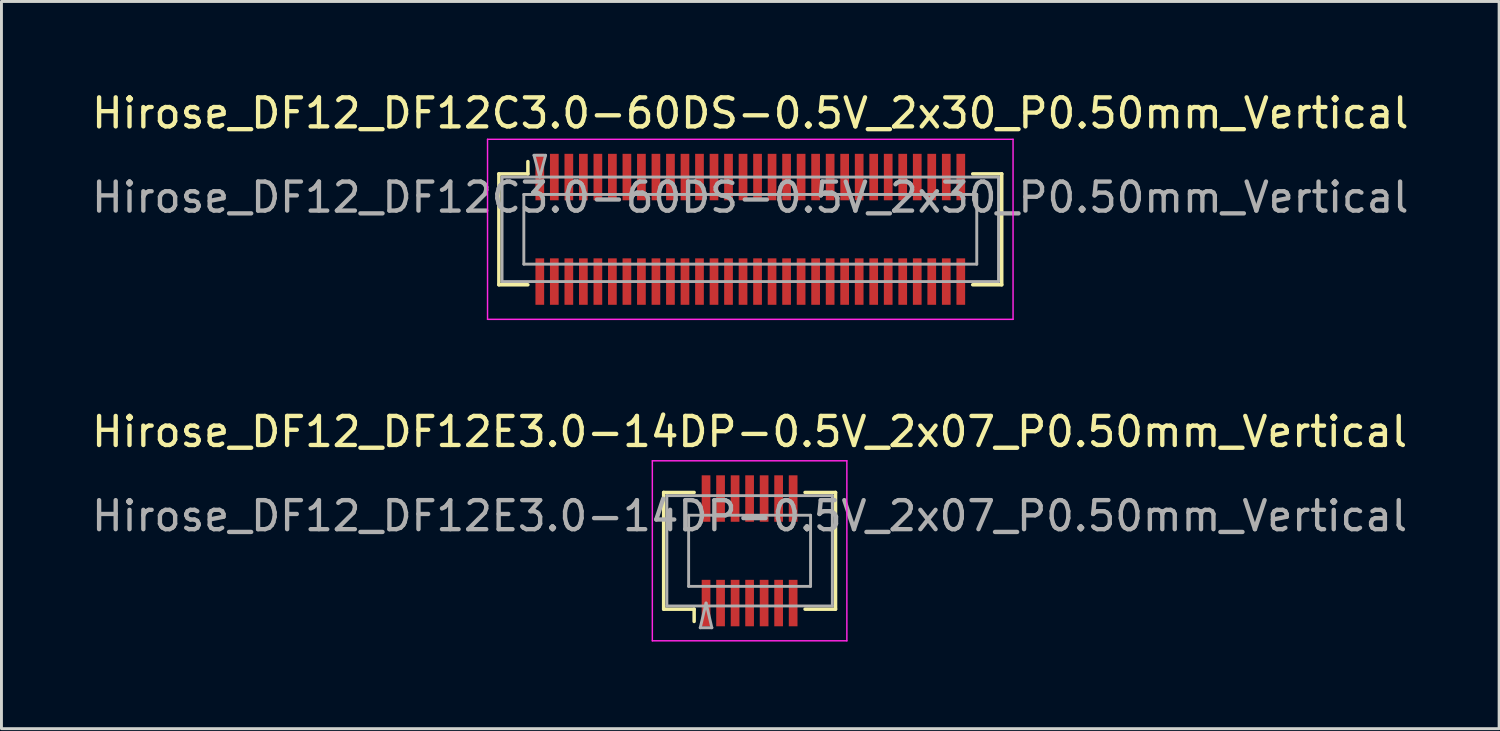
<source format=kicad_pcb>
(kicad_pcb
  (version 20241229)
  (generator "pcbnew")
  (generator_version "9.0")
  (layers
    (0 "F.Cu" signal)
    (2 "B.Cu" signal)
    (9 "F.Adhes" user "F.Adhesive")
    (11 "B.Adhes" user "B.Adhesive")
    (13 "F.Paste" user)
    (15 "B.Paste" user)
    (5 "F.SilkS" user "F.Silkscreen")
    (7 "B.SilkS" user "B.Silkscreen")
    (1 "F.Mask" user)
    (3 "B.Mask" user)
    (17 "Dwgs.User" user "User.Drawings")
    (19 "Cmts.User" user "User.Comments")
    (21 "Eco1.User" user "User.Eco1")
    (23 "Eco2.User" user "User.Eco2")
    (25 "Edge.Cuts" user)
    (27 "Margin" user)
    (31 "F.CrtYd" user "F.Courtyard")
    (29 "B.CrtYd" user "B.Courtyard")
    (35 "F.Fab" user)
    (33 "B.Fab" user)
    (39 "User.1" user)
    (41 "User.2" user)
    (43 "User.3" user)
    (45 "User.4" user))
  (footprint "Hirose_DF12_DF12E3.0-14DP-0.5V_2x07_P0.50mm_Vertical"
    (layer "F.Cu")
    (at 22.768 15.921)
    (property "Reference" "Hirose_DF12_DF12E3.0-14DP-0.5V_2x07_P0.50mm_Vertical" (at 0 -4.1 0) (layer "F.SilkS") (effects (font (size 1 1) (thickness 0.15))))
    (attr smd)
    (fp_line (start -2.96 -2.01) (end -1.91 -2.01) (stroke (width 0.12) (type solid)) (layer "F.SilkS"))
    (fp_line (start -2.96 2.01) (end -2.96 -2.01) (stroke (width 0.12) (type solid)) (layer "F.SilkS"))
    (fp_line (start -1.91 2.01) (end -2.96 2.01) (stroke (width 0.12) (type solid)) (layer "F.SilkS"))
    (fp_line (start -1.91 2.433) (end -1.91 2.01) (stroke (width 0.12) (type solid)) (layer "F.SilkS"))
    (fp_line (start 1.91 2.01) (end 2.96 2.01) (stroke (width 0.12) (type solid)) (layer "F.SilkS"))
    (fp_line (start 2.96 -2.01) (end 1.91 -2.01) (stroke (width 0.12) (type solid)) (layer "F.SilkS"))
    (fp_line (start 2.96 2.01) (end 2.96 -2.01) (stroke (width 0.12) (type solid)) (layer "F.SilkS"))
    (fp_line (start -3.35 -3.1) (end -3.35 3.1) (stroke (width 0.05) (type solid)) (layer "F.CrtYd"))
    (fp_line (start -3.35 3.1) (end 3.35 3.1) (stroke (width 0.05) (type solid)) (layer "F.CrtYd"))
    (fp_line (start 3.35 -3.1) (end -3.35 -3.1) (stroke (width 0.05) (type solid)) (layer "F.CrtYd"))
    (fp_line (start 3.35 3.1) (end 3.35 -3.1) (stroke (width 0.05) (type solid)) (layer "F.CrtYd"))
    (fp_line (start -2.85 -1.9) (end 2.85 -1.9) (stroke (width 0.1) (type solid)) (layer "F.Fab"))
    (fp_line (start -2.85 1.9) (end -2.85 -1.9) (stroke (width 0.1) (type solid)) (layer "F.Fab"))
    (fp_line (start -2.1 -1.225) (end 2.1 -1.225) (stroke (width 0.1) (type solid)) (layer "F.Fab"))
    (fp_line (start -2.1 1.225) (end -2.1 -1.225) (stroke (width 0.1) (type solid)) (layer "F.Fab"))
    (fp_line (start -1.7 2.65) (end -1.5 1.8) (stroke (width 0.1) (type solid)) (layer "F.Fab"))
    (fp_line (start -1.5 1.8) (end -1.3 2.65) (stroke (width 0.1) (type solid)) (layer "F.Fab"))
    (fp_line (start -1.3 2.65) (end -1.7 2.65) (stroke (width 0.1) (type solid)) (layer "F.Fab"))
    (fp_line (start 2.1 -1.225) (end 2.1 1.225) (stroke (width 0.1) (type solid)) (layer "F.Fab"))
    (fp_line (start 2.1 1.225) (end -2.1 1.225) (stroke (width 0.1) (type solid)) (layer "F.Fab"))
    (fp_line (start 2.85 -1.9) (end 2.85 1.9) (stroke (width 0.1) (type solid)) (layer "F.Fab"))
    (fp_line (start 2.85 1.9) (end -2.85 1.9) (stroke (width 0.1) (type solid)) (layer "F.Fab"))
    (fp_text user "${REFERENCE}" (at 0 -1.2 0) (layer "F.Fab") (effects (font (size 1 1) (thickness 0.15))))
    (pad "" smd rect (at -1.5 -2) (size 0.28 1.2) (layers "F.Paste"))
    (pad "" smd rect (at -1.5 2) (size 0.28 1.2) (layers "F.Paste"))
    (pad "" smd rect (at -1 -2) (size 0.28 1.2) (layers "F.Paste"))
    (pad "" smd rect (at -1 2) (size 0.28 1.2) (layers "F.Paste"))
    (pad "" smd rect (at -0.5 -2) (size 0.28 1.2) (layers "F.Paste"))
    (pad "" smd rect (at -0.5 2) (size 0.28 1.2) (layers "F.Paste"))
    (pad "" smd rect (at 0 -2) (size 0.28 1.2) (layers "F.Paste"))
    (pad "" smd rect (at 0 2) (size 0.28 1.2) (layers "F.Paste"))
    (pad "" smd rect (at 0.5 -2) (size 0.28 1.2) (layers "F.Paste"))
    (pad "" smd rect (at 0.5 2) (size 0.28 1.2) (layers "F.Paste"))
    (pad "" smd rect (at 1 -2) (size 0.28 1.2) (layers "F.Paste"))
    (pad "" smd rect (at 1 2) (size 0.28 1.2) (layers "F.Paste"))
    (pad "" smd rect (at 1.5 -2) (size 0.28 1.2) (layers "F.Paste"))
    (pad "" smd rect (at 1.5 2) (size 0.28 1.2) (layers "F.Paste"))
    (pad "1" smd rect (at -1.5 1.8) (size 0.3 1.6) (layers "F.Cu" "F.Mask"))
    (pad "2" smd rect (at -1 1.8) (size 0.3 1.6) (layers "F.Cu" "F.Mask"))
    (pad "3" smd rect (at -0.5 1.8) (size 0.3 1.6) (layers "F.Cu" "F.Mask"))
    (pad "4" smd rect (at 0 1.8) (size 0.3 1.6) (layers "F.Cu" "F.Mask"))
    (pad "5" smd rect (at 0.5 1.8) (size 0.3 1.6) (layers "F.Cu" "F.Mask"))
    (pad "6" smd rect (at 1 1.8) (size 0.3 1.6) (layers "F.Cu" "F.Mask"))
    (pad "7" smd rect (at 1.5 1.8) (size 0.3 1.6) (layers "F.Cu" "F.Mask"))
    (pad "8" smd rect (at -1.5 -1.8) (size 0.3 1.6) (layers "F.Cu" "F.Mask"))
    (pad "9" smd rect (at -1 -1.8) (size 0.3 1.6) (layers "F.Cu" "F.Mask"))
    (pad "10" smd rect (at -0.5 -1.8) (size 0.3 1.6) (layers "F.Cu" "F.Mask"))
    (pad "11" smd rect (at 0 -1.8) (size 0.3 1.6) (layers "F.Cu" "F.Mask"))
    (pad "12" smd rect (at 0.5 -1.8) (size 0.3 1.6) (layers "F.Cu" "F.Mask"))
    (pad "13" smd rect (at 1 -1.8) (size 0.3 1.6) (layers "F.Cu" "F.Mask"))
    (pad "14" smd rect (at 1.5 -1.8) (size 0.3 1.6) (layers "F.Cu" "F.Mask")))
  (footprint "Hirose_DF12_DF12C3.0-60DS-0.5V_2x30_P0.50mm_Vertical"
    (layer "F.Cu")
    (at 22.792 4.848)
    (property "Reference" "Hirose_DF12_DF12C3.0-60DS-0.5V_2x30_P0.50mm_Vertical" (at 0 -4 0) (layer "F.SilkS") (effects (font (size 1 1) (thickness 0.15))))
    (attr smd)
    (fp_line (start -8.66 -1.91) (end -7.66 -1.91) (stroke (width 0.12) (type solid)) (layer "F.SilkS"))
    (fp_line (start -8.66 1.91) (end -8.66 -1.91) (stroke (width 0.12) (type solid)) (layer "F.SilkS"))
    (fp_line (start -7.66 -1.91) (end -7.66 -2.333) (stroke (width 0.12) (type solid)) (layer "F.SilkS"))
    (fp_line (start -7.66 1.91) (end -8.66 1.91) (stroke (width 0.12) (type solid)) (layer "F.SilkS"))
    (fp_line (start 7.66 1.91) (end 8.66 1.91) (stroke (width 0.12) (type solid)) (layer "F.SilkS"))
    (fp_line (start 8.66 -1.91) (end 7.66 -1.91) (stroke (width 0.12) (type solid)) (layer "F.SilkS"))
    (fp_line (start 8.66 1.91) (end 8.66 -1.91) (stroke (width 0.12) (type solid)) (layer "F.SilkS"))
    (fp_line (start -9.05 -3.1) (end -9.05 3.1) (stroke (width 0.05) (type solid)) (layer "F.CrtYd"))
    (fp_line (start -9.05 3.1) (end 9.05 3.1) (stroke (width 0.05) (type solid)) (layer "F.CrtYd"))
    (fp_line (start 9.05 -3.1) (end -9.05 -3.1) (stroke (width 0.05) (type solid)) (layer "F.CrtYd"))
    (fp_line (start 9.05 3.1) (end 9.05 -3.1) (stroke (width 0.05) (type solid)) (layer "F.CrtYd"))
    (fp_line (start -8.55 -1.8) (end 8.55 -1.8) (stroke (width 0.1) (type solid)) (layer "F.Fab"))
    (fp_line (start -8.55 1.8) (end -8.55 -1.8) (stroke (width 0.1) (type solid)) (layer "F.Fab"))
    (fp_line (start -7.8 -1.2) (end 7.8 -1.2) (stroke (width 0.1) (type solid)) (layer "F.Fab"))
    (fp_line (start -7.8 1.2) (end -7.8 -1.2) (stroke (width 0.1) (type solid)) (layer "F.Fab"))
    (fp_line (start -7.45 -2.55) (end -7.25 -1.8) (stroke (width 0.1) (type solid)) (layer "F.Fab"))
    (fp_line (start -7.25 -1.8) (end -7.05 -2.55) (stroke (width 0.1) (type solid)) (layer "F.Fab"))
    (fp_line (start -7.05 -2.55) (end -7.45 -2.55) (stroke (width 0.1) (type solid)) (layer "F.Fab"))
    (fp_line (start 7.8 -1.2) (end 7.8 1.2) (stroke (width 0.1) (type solid)) (layer "F.Fab"))
    (fp_line (start 7.8 1.2) (end -7.8 1.2) (stroke (width 0.1) (type solid)) (layer "F.Fab"))
    (fp_line (start 8.55 -1.8) (end 8.55 1.8) (stroke (width 0.1) (type solid)) (layer "F.Fab"))
    (fp_line (start 8.55 1.8) (end -8.55 1.8) (stroke (width 0.1) (type solid)) (layer "F.Fab"))
    (fp_text user "${REFERENCE}" (at 0 -1.1 0) (layer "F.Fab") (effects (font (size 1 1) (thickness 0.15))))
    (pad "" smd rect (at -7.25 -2) (size 0.28 1.2) (layers "F.Paste"))
    (pad "" smd rect (at -7.25 2) (size 0.28 1.2) (layers "F.Paste"))
    (pad "" smd rect (at -6.75 -2) (size 0.28 1.2) (layers "F.Paste"))
    (pad "" smd rect (at -6.75 2) (size 0.28 1.2) (layers "F.Paste"))
    (pad "" smd rect (at -6.25 -2) (size 0.28 1.2) (layers "F.Paste"))
    (pad "" smd rect (at -6.25 2) (size 0.28 1.2) (layers "F.Paste"))
    (pad "" smd rect (at -5.75 -2) (size 0.28 1.2) (layers "F.Paste"))
    (pad "" smd rect (at -5.75 2) (size 0.28 1.2) (layers "F.Paste"))
    (pad "" smd rect (at -5.25 -2) (size 0.28 1.2) (layers "F.Paste"))
    (pad "" smd rect (at -5.25 2) (size 0.28 1.2) (layers "F.Paste"))
    (pad "" smd rect (at -4.75 -2) (size 0.28 1.2) (layers "F.Paste"))
    (pad "" smd rect (at -4.75 2) (size 0.28 1.2) (layers "F.Paste"))
    (pad "" smd rect (at -4.25 -2) (size 0.28 1.2) (layers "F.Paste"))
    (pad "" smd rect (at -4.25 2) (size 0.28 1.2) (layers "F.Paste"))
    (pad "" smd rect (at -3.75 -2) (size 0.28 1.2) (layers "F.Paste"))
    (pad "" smd rect (at -3.75 2) (size 0.28 1.2) (layers "F.Paste"))
    (pad "" smd rect (at -3.25 -2) (size 0.28 1.2) (layers "F.Paste"))
    (pad "" smd rect (at -3.25 2) (size 0.28 1.2) (layers "F.Paste"))
    (pad "" smd rect (at -2.75 -2) (size 0.28 1.2) (layers "F.Paste"))
    (pad "" smd rect (at -2.75 2) (size 0.28 1.2) (layers "F.Paste"))
    (pad "" smd rect (at -2.25 -2) (size 0.28 1.2) (layers "F.Paste"))
    (pad "" smd rect (at -2.25 2) (size 0.28 1.2) (layers "F.Paste"))
    (pad "" smd rect (at -1.75 -2) (size 0.28 1.2) (layers "F.Paste"))
    (pad "" smd rect (at -1.75 2) (size 0.28 1.2) (layers "F.Paste"))
    (pad "" smd rect (at -1.25 -2) (size 0.28 1.2) (layers "F.Paste"))
    (pad "" smd rect (at -1.25 2) (size 0.28 1.2) (layers "F.Paste"))
    (pad "" smd rect (at -0.75 -2) (size 0.28 1.2) (layers "F.Paste"))
    (pad "" smd rect (at -0.75 2) (size 0.28 1.2) (layers "F.Paste"))
    (pad "" smd rect (at -0.25 -2) (size 0.28 1.2) (layers "F.Paste"))
    (pad "" smd rect (at -0.25 2) (size 0.28 1.2) (layers "F.Paste"))
    (pad "" smd rect (at 0.25 -2) (size 0.28 1.2) (layers "F.Paste"))
    (pad "" smd rect (at 0.25 2) (size 0.28 1.2) (layers "F.Paste"))
    (pad "" smd rect (at 0.75 -2) (size 0.28 1.2) (layers "F.Paste"))
    (pad "" smd rect (at 0.75 2) (size 0.28 1.2) (layers "F.Paste"))
    (pad "" smd rect (at 1.25 -2) (size 0.28 1.2) (layers "F.Paste"))
    (pad "" smd rect (at 1.25 2) (size 0.28 1.2) (layers "F.Paste"))
    (pad "" smd rect (at 1.75 -2) (size 0.28 1.2) (layers "F.Paste"))
    (pad "" smd rect (at 1.75 2) (size 0.28 1.2) (layers "F.Paste"))
    (pad "" smd rect (at 2.25 -2) (size 0.28 1.2) (layers "F.Paste"))
    (pad "" smd rect (at 2.25 2) (size 0.28 1.2) (layers "F.Paste"))
    (pad "" smd rect (at 2.75 -2) (size 0.28 1.2) (layers "F.Paste"))
    (pad "" smd rect (at 2.75 2) (size 0.28 1.2) (layers "F.Paste"))
    (pad "" smd rect (at 3.25 -2) (size 0.28 1.2) (layers "F.Paste"))
    (pad "" smd rect (at 3.25 2) (size 0.28 1.2) (layers "F.Paste"))
    (pad "" smd rect (at 3.75 -2) (size 0.28 1.2) (layers "F.Paste"))
    (pad "" smd rect (at 3.75 2) (size 0.28 1.2) (layers "F.Paste"))
    (pad "" smd rect (at 4.25 -2) (size 0.28 1.2) (layers "F.Paste"))
    (pad "" smd rect (at 4.25 2) (size 0.28 1.2) (layers "F.Paste"))
    (pad "" smd rect (at 4.75 -2) (size 0.28 1.2) (layers "F.Paste"))
    (pad "" smd rect (at 4.75 2) (size 0.28 1.2) (layers "F.Paste"))
    (pad "" smd rect (at 5.25 -2) (size 0.28 1.2) (layers "F.Paste"))
    (pad "" smd rect (at 5.25 2) (size 0.28 1.2) (layers "F.Paste"))
    (pad "" smd rect (at 5.75 -2) (size 0.28 1.2) (layers "F.Paste"))
    (pad "" smd rect (at 5.75 2) (size 0.28 1.2) (layers "F.Paste"))
    (pad "" smd rect (at 6.25 -2) (size 0.28 1.2) (layers "F.Paste"))
    (pad "" smd rect (at 6.25 2) (size 0.28 1.2) (layers "F.Paste"))
    (pad "" smd rect (at 6.75 -2) (size 0.28 1.2) (layers "F.Paste"))
    (pad "" smd rect (at 6.75 2) (size 0.28 1.2) (layers "F.Paste"))
    (pad "" smd rect (at 7.25 -2) (size 0.28 1.2) (layers "F.Paste"))
    (pad "" smd rect (at 7.25 2) (size 0.28 1.2) (layers "F.Paste"))
    (pad "1" smd rect (at -7.25 -1.8) (size 0.3 1.6) (layers "F.Cu" "F.Mask"))
    (pad "2" smd rect (at -6.75 -1.8) (size 0.3 1.6) (layers "F.Cu" "F.Mask"))
    (pad "3" smd rect (at -6.25 -1.8) (size 0.3 1.6) (layers "F.Cu" "F.Mask"))
    (pad "4" smd rect (at -5.75 -1.8) (size 0.3 1.6) (layers "F.Cu" "F.Mask"))
    (pad "5" smd rect (at -5.25 -1.8) (size 0.3 1.6) (layers "F.Cu" "F.Mask"))
    (pad "6" smd rect (at -4.75 -1.8) (size 0.3 1.6) (layers "F.Cu" "F.Mask"))
    (pad "7" smd rect (at -4.25 -1.8) (size 0.3 1.6) (layers "F.Cu" "F.Mask"))
    (pad "8" smd rect (at -3.75 -1.8) (size 0.3 1.6) (layers "F.Cu" "F.Mask"))
    (pad "9" smd rect (at -3.25 -1.8) (size 0.3 1.6) (layers "F.Cu" "F.Mask"))
    (pad "10" smd rect (at -2.75 -1.8) (size 0.3 1.6) (layers "F.Cu" "F.Mask"))
    (pad "11" smd rect (at -2.25 -1.8) (size 0.3 1.6) (layers "F.Cu" "F.Mask"))
    (pad "12" smd rect (at -1.75 -1.8) (size 0.3 1.6) (layers "F.Cu" "F.Mask"))
    (pad "13" smd rect (at -1.25 -1.8) (size 0.3 1.6) (layers "F.Cu" "F.Mask"))
    (pad "14" smd rect (at -0.75 -1.8) (size 0.3 1.6) (layers "F.Cu" "F.Mask"))
    (pad "15" smd rect (at -0.25 -1.8) (size 0.3 1.6) (layers "F.Cu" "F.Mask"))
    (pad "16" smd rect (at 0.25 -1.8) (size 0.3 1.6) (layers "F.Cu" "F.Mask"))
    (pad "17" smd rect (at 0.75 -1.8) (size 0.3 1.6) (layers "F.Cu" "F.Mask"))
    (pad "18" smd rect (at 1.25 -1.8) (size 0.3 1.6) (layers "F.Cu" "F.Mask"))
    (pad "19" smd rect (at 1.75 -1.8) (size 0.3 1.6) (layers "F.Cu" "F.Mask"))
    (pad "20" smd rect (at 2.25 -1.8) (size 0.3 1.6) (layers "F.Cu" "F.Mask"))
    (pad "21" smd rect (at 2.75 -1.8) (size 0.3 1.6) (layers "F.Cu" "F.Mask"))
    (pad "22" smd rect (at 3.25 -1.8) (size 0.3 1.6) (layers "F.Cu" "F.Mask"))
    (pad "23" smd rect (at 3.75 -1.8) (size 0.3 1.6) (layers "F.Cu" "F.Mask"))
    (pad "24" smd rect (at 4.25 -1.8) (size 0.3 1.6) (layers "F.Cu" "F.Mask"))
    (pad "25" smd rect (at 4.75 -1.8) (size 0.3 1.6) (layers "F.Cu" "F.Mask"))
    (pad "26" smd rect (at 5.25 -1.8) (size 0.3 1.6) (layers "F.Cu" "F.Mask"))
    (pad "27" smd rect (at 5.75 -1.8) (size 0.3 1.6) (layers "F.Cu" "F.Mask"))
    (pad "28" smd rect (at 6.25 -1.8) (size 0.3 1.6) (layers "F.Cu" "F.Mask"))
    (pad "29" smd rect (at 6.75 -1.8) (size 0.3 1.6) (layers "F.Cu" "F.Mask"))
    (pad "30" smd rect (at 7.25 -1.8) (size 0.3 1.6) (layers "F.Cu" "F.Mask"))
    (pad "31" smd rect (at -7.25 1.8) (size 0.3 1.6) (layers "F.Cu" "F.Mask"))
    (pad "32" smd rect (at -6.75 1.8) (size 0.3 1.6) (layers "F.Cu" "F.Mask"))
    (pad "33" smd rect (at -6.25 1.8) (size 0.3 1.6) (layers "F.Cu" "F.Mask"))
    (pad "34" smd rect (at -5.75 1.8) (size 0.3 1.6) (layers "F.Cu" "F.Mask"))
    (pad "35" smd rect (at -5.25 1.8) (size 0.3 1.6) (layers "F.Cu" "F.Mask"))
    (pad "36" smd rect (at -4.75 1.8) (size 0.3 1.6) (layers "F.Cu" "F.Mask"))
    (pad "37" smd rect (at -4.25 1.8) (size 0.3 1.6) (layers "F.Cu" "F.Mask"))
    (pad "38" smd rect (at -3.75 1.8) (size 0.3 1.6) (layers "F.Cu" "F.Mask"))
    (pad "39" smd rect (at -3.25 1.8) (size 0.3 1.6) (layers "F.Cu" "F.Mask"))
    (pad "40" smd rect (at -2.75 1.8) (size 0.3 1.6) (layers "F.Cu" "F.Mask"))
    (pad "41" smd rect (at -2.25 1.8) (size 0.3 1.6) (layers "F.Cu" "F.Mask"))
    (pad "42" smd rect (at -1.75 1.8) (size 0.3 1.6) (layers "F.Cu" "F.Mask"))
    (pad "43" smd rect (at -1.25 1.8) (size 0.3 1.6) (layers "F.Cu" "F.Mask"))
    (pad "44" smd rect (at -0.75 1.8) (size 0.3 1.6) (layers "F.Cu" "F.Mask"))
    (pad "45" smd rect (at -0.25 1.8) (size 0.3 1.6) (layers "F.Cu" "F.Mask"))
    (pad "46" smd rect (at 0.25 1.8) (size 0.3 1.6) (layers "F.Cu" "F.Mask"))
    (pad "47" smd rect (at 0.75 1.8) (size 0.3 1.6) (layers "F.Cu" "F.Mask"))
    (pad "48" smd rect (at 1.25 1.8) (size 0.3 1.6) (layers "F.Cu" "F.Mask"))
    (pad "49" smd rect (at 1.75 1.8) (size 0.3 1.6) (layers "F.Cu" "F.Mask"))
    (pad "50" smd rect (at 2.25 1.8) (size 0.3 1.6) (layers "F.Cu" "F.Mask"))
    (pad "51" smd rect (at 2.75 1.8) (size 0.3 1.6) (layers "F.Cu" "F.Mask"))
    (pad "52" smd rect (at 3.25 1.8) (size 0.3 1.6) (layers "F.Cu" "F.Mask"))
    (pad "53" smd rect (at 3.75 1.8) (size 0.3 1.6) (layers "F.Cu" "F.Mask"))
    (pad "54" smd rect (at 4.25 1.8) (size 0.3 1.6) (layers "F.Cu" "F.Mask"))
    (pad "55" smd rect (at 4.75 1.8) (size 0.3 1.6) (layers "F.Cu" "F.Mask"))
    (pad "56" smd rect (at 5.25 1.8) (size 0.3 1.6) (layers "F.Cu" "F.Mask"))
    (pad "57" smd rect (at 5.75 1.8) (size 0.3 1.6) (layers "F.Cu" "F.Mask"))
    (pad "58" smd rect (at 6.25 1.8) (size 0.3 1.6) (layers "F.Cu" "F.Mask"))
    (pad "59" smd rect (at 6.75 1.8) (size 0.3 1.6) (layers "F.Cu" "F.Mask"))
    (pad "60" smd rect (at 7.25 1.8) (size 0.3 1.6) (layers "F.Cu" "F.Mask")))
  (gr_rect
    (start -3 -3)
    (end 48.583 22.047)
    (stroke (width 0.1) (type default))
    (fill no)
    (layer "Edge.Cuts")))
</source>
